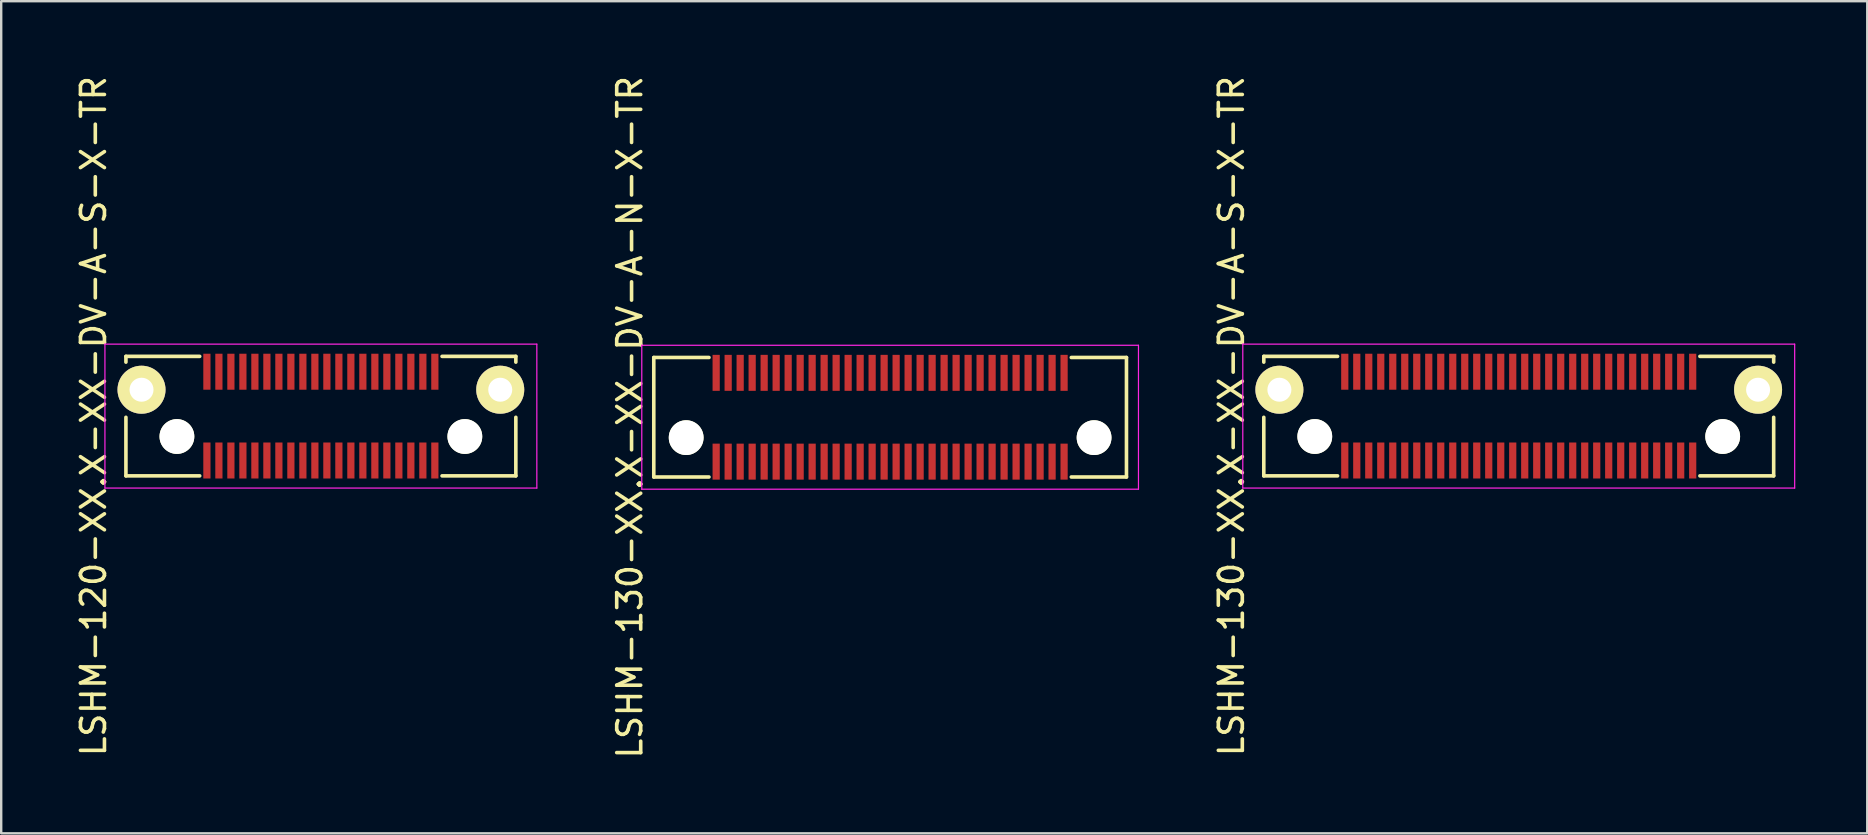
<source format=kicad_pcb>
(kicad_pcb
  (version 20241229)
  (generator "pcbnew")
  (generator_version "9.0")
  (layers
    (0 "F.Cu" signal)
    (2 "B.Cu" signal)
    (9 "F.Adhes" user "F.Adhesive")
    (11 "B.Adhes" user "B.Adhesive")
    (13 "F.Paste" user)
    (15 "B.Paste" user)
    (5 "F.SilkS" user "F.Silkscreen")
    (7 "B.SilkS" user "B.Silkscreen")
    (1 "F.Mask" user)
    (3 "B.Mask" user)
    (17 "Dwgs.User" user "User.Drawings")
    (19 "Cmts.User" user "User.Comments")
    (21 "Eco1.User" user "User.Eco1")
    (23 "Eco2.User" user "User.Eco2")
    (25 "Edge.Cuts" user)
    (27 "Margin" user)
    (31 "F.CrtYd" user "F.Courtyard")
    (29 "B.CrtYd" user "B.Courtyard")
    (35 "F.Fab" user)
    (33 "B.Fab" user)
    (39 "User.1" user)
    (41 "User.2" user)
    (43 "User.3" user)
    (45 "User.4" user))
  (footprint "LSHM-130-XX.X-XX-DV-A-S-X-TR"
    (layer "F.Cu")
    (at 60.245 14.292)
    (property "Reference" "LSHM-130-XX.X-XX-DV-A-S-X-TR" (at -11.975 0 270) (layer "F.SilkS") (effects (font (size 1 1) (thickness 0.15))))
    (attr smd)
    (fp_line (start -10.625 -2.49) (end -10.625 -2.25) (stroke (width 0.15) (type solid)) (layer "F.SilkS"))
    (fp_line (start -10.625 -2.49) (end -7.55 -2.49) (stroke (width 0.15) (type solid)) (layer "F.SilkS"))
    (fp_line (start -10.625 0.05) (end -10.625 2.49) (stroke (width 0.15) (type solid)) (layer "F.SilkS"))
    (fp_line (start -10.625 2.49) (end -7.55 2.49) (stroke (width 0.15) (type solid)) (layer "F.SilkS"))
    (fp_line (start 7.55 -2.49) (end 10.625 -2.49) (stroke (width 0.15) (type solid)) (layer "F.SilkS"))
    (fp_line (start 7.55 2.49) (end 10.625 2.49) (stroke (width 0.15) (type solid)) (layer "F.SilkS"))
    (fp_line (start 10.625 -2.49) (end 10.625 -2.25) (stroke (width 0.15) (type solid)) (layer "F.SilkS"))
    (fp_line (start 10.625 0.05) (end 10.625 2.49) (stroke (width 0.15) (type solid)) (layer "F.SilkS"))
    (fp_line (start -11.5 -3) (end -11.5 3) (stroke (width 0.05) (type solid)) (layer "F.CrtYd"))
    (fp_line (start -11.5 -3) (end 11.5 -3) (stroke (width 0.05) (type solid)) (layer "F.CrtYd"))
    (fp_line (start -11.5 3) (end 11.5 3) (stroke (width 0.05) (type solid)) (layer "F.CrtYd"))
    (fp_line (start 11.5 -3) (end 11.5 3) (stroke (width 0.05) (type solid)) (layer "F.CrtYd"))
    (pad "" np_thru_hole circle (at -8.5 0.85) (size 1.45 1.45) (drill 1.45) (layers "*.Cu" "*.Mask" "F.SilkS"))
    (pad "" np_thru_hole circle (at 8.5 0.85) (size 1.45 1.45) (drill 1.45) (layers "*.Cu" "*.Mask" "F.SilkS"))
    (pad "1" smd rect (at 7.25 1.85) (size 0.3 1.5) (layers "F.Cu" "F.Mask" "F.Paste"))
    (pad "2" smd rect (at 7.25 -1.85) (size 0.3 1.5) (layers "F.Cu" "F.Mask" "F.Paste"))
    (pad "3" smd rect (at 6.75 1.85) (size 0.3 1.5) (layers "F.Cu" "F.Mask" "F.Paste"))
    (pad "4" smd rect (at 6.75 -1.85) (size 0.3 1.5) (layers "F.Cu" "F.Mask" "F.Paste"))
    (pad "5" smd rect (at 6.25 1.85) (size 0.3 1.5) (layers "F.Cu" "F.Mask" "F.Paste"))
    (pad "6" smd rect (at 6.25 -1.85) (size 0.3 1.5) (layers "F.Cu" "F.Mask" "F.Paste"))
    (pad "7" smd rect (at 5.75 1.85) (size 0.3 1.5) (layers "F.Cu" "F.Mask" "F.Paste"))
    (pad "8" smd rect (at 5.75 -1.85) (size 0.3 1.5) (layers "F.Cu" "F.Mask" "F.Paste"))
    (pad "9" smd rect (at 5.25 1.85) (size 0.3 1.5) (layers "F.Cu" "F.Mask" "F.Paste"))
    (pad "10" smd rect (at 5.25 -1.85) (size 0.3 1.5) (layers "F.Cu" "F.Mask" "F.Paste"))
    (pad "11" smd rect (at 4.75 1.85) (size 0.3 1.5) (layers "F.Cu" "F.Mask" "F.Paste"))
    (pad "12" smd rect (at 4.75 -1.85) (size 0.3 1.5) (layers "F.Cu" "F.Mask" "F.Paste"))
    (pad "13" smd rect (at 4.25 1.85) (size 0.3 1.5) (layers "F.Cu" "F.Mask" "F.Paste"))
    (pad "14" smd rect (at 4.25 -1.85) (size 0.3 1.5) (layers "F.Cu" "F.Mask" "F.Paste"))
    (pad "15" smd rect (at 3.75 1.85) (size 0.3 1.5) (layers "F.Cu" "F.Mask" "F.Paste"))
    (pad "16" smd rect (at 3.75 -1.85) (size 0.3 1.5) (layers "F.Cu" "F.Mask" "F.Paste"))
    (pad "17" smd rect (at 3.25 1.85) (size 0.3 1.5) (layers "F.Cu" "F.Mask" "F.Paste"))
    (pad "18" smd rect (at 3.25 -1.85) (size 0.3 1.5) (layers "F.Cu" "F.Mask" "F.Paste"))
    (pad "19" smd rect (at 2.75 1.85) (size 0.3 1.5) (layers "F.Cu" "F.Mask" "F.Paste"))
    (pad "20" smd rect (at 2.75 -1.85) (size 0.3 1.5) (layers "F.Cu" "F.Mask" "F.Paste"))
    (pad "21" smd rect (at 2.25 1.85) (size 0.3 1.5) (layers "F.Cu" "F.Mask" "F.Paste"))
    (pad "22" smd rect (at 2.25 -1.85) (size 0.3 1.5) (layers "F.Cu" "F.Mask" "F.Paste"))
    (pad "23" smd rect (at 1.75 1.85) (size 0.3 1.5) (layers "F.Cu" "F.Mask" "F.Paste"))
    (pad "24" smd rect (at 1.75 -1.85) (size 0.3 1.5) (layers "F.Cu" "F.Mask" "F.Paste"))
    (pad "25" smd rect (at 1.25 1.85) (size 0.3 1.5) (layers "F.Cu" "F.Mask" "F.Paste"))
    (pad "26" smd rect (at 1.25 -1.85) (size 0.3 1.5) (layers "F.Cu" "F.Mask" "F.Paste"))
    (pad "27" smd rect (at 0.75 1.85) (size 0.3 1.5) (layers "F.Cu" "F.Mask" "F.Paste"))
    (pad "28" smd rect (at 0.75 -1.85) (size 0.3 1.5) (layers "F.Cu" "F.Mask" "F.Paste"))
    (pad "29" smd rect (at 0.25 1.85) (size 0.3 1.5) (layers "F.Cu" "F.Mask" "F.Paste"))
    (pad "30" smd rect (at 0.25 -1.85) (size 0.3 1.5) (layers "F.Cu" "F.Mask" "F.Paste"))
    (pad "31" smd rect (at -0.25 1.85) (size 0.3 1.5) (layers "F.Cu" "F.Mask" "F.Paste"))
    (pad "32" smd rect (at -0.25 -1.85) (size 0.3 1.5) (layers "F.Cu" "F.Mask" "F.Paste"))
    (pad "33" smd rect (at -0.75 1.85) (size 0.3 1.5) (layers "F.Cu" "F.Mask" "F.Paste"))
    (pad "34" smd rect (at -0.75 -1.85) (size 0.3 1.5) (layers "F.Cu" "F.Mask" "F.Paste"))
    (pad "35" smd rect (at -1.25 1.85) (size 0.3 1.5) (layers "F.Cu" "F.Mask" "F.Paste"))
    (pad "36" smd rect (at -1.25 -1.85) (size 0.3 1.5) (layers "F.Cu" "F.Mask" "F.Paste"))
    (pad "37" smd rect (at -1.75 1.85) (size 0.3 1.5) (layers "F.Cu" "F.Mask" "F.Paste"))
    (pad "38" smd rect (at -1.75 -1.85) (size 0.3 1.5) (layers "F.Cu" "F.Mask" "F.Paste"))
    (pad "39" smd rect (at -2.25 1.85) (size 0.3 1.5) (layers "F.Cu" "F.Mask" "F.Paste"))
    (pad "40" smd rect (at -2.25 -1.85) (size 0.3 1.5) (layers "F.Cu" "F.Mask" "F.Paste"))
    (pad "41" smd rect (at -2.75 1.85) (size 0.3 1.5) (layers "F.Cu" "F.Mask" "F.Paste"))
    (pad "42" smd rect (at -2.75 -1.85) (size 0.3 1.5) (layers "F.Cu" "F.Mask" "F.Paste"))
    (pad "43" smd rect (at -3.25 1.85) (size 0.3 1.5) (layers "F.Cu" "F.Mask" "F.Paste"))
    (pad "44" smd rect (at -3.25 -1.85) (size 0.3 1.5) (layers "F.Cu" "F.Mask" "F.Paste"))
    (pad "45" smd rect (at -3.75 1.85) (size 0.3 1.5) (layers "F.Cu" "F.Mask" "F.Paste"))
    (pad "46" smd rect (at -3.75 -1.85) (size 0.3 1.5) (layers "F.Cu" "F.Mask" "F.Paste"))
    (pad "47" smd rect (at -4.25 1.85) (size 0.3 1.5) (layers "F.Cu" "F.Mask" "F.Paste"))
    (pad "48" smd rect (at -4.25 -1.85) (size 0.3 1.5) (layers "F.Cu" "F.Mask" "F.Paste"))
    (pad "49" smd rect (at -4.75 1.85) (size 0.3 1.5) (layers "F.Cu" "F.Mask" "F.Paste"))
    (pad "50" smd rect (at -4.75 -1.85) (size 0.3 1.5) (layers "F.Cu" "F.Mask" "F.Paste"))
    (pad "51" smd rect (at -5.25 1.85) (size 0.3 1.5) (layers "F.Cu" "F.Mask" "F.Paste"))
    (pad "52" smd rect (at -5.25 -1.85) (size 0.3 1.5) (layers "F.Cu" "F.Mask" "F.Paste"))
    (pad "53" smd rect (at -5.75 1.85) (size 0.3 1.5) (layers "F.Cu" "F.Mask" "F.Paste"))
    (pad "54" smd rect (at -5.75 -1.85) (size 0.3 1.5) (layers "F.Cu" "F.Mask" "F.Paste"))
    (pad "55" smd rect (at -6.25 1.85) (size 0.3 1.5) (layers "F.Cu" "F.Mask" "F.Paste"))
    (pad "56" smd rect (at -6.25 -1.85) (size 0.3 1.5) (layers "F.Cu" "F.Mask" "F.Paste"))
    (pad "57" smd rect (at -6.75 1.85) (size 0.3 1.5) (layers "F.Cu" "F.Mask" "F.Paste"))
    (pad "58" smd rect (at -6.75 -1.85) (size 0.3 1.5) (layers "F.Cu" "F.Mask" "F.Paste"))
    (pad "59" smd rect (at -7.25 1.85) (size 0.3 1.5) (layers "F.Cu" "F.Mask" "F.Paste"))
    (pad "60" smd rect (at -7.25 -1.85) (size 0.3 1.5) (layers "F.Cu" "F.Mask" "F.Paste"))
    (pad "F1" thru_hole circle (at -9.975 -1.1) (size 2 2) (drill 1) (layers "*.Cu" "*.Mask" "F.SilkS"))
    (pad "F2" thru_hole circle (at 9.975 -1.1) (size 2 2) (drill 1) (layers "*.Cu" "*.Mask" "F.SilkS")))
  (footprint "LSHM-120-XX.X-XX-DV-A-S-X-TR"
    (layer "F.Cu")
    (at 10.323 14.292)
    (property "Reference" "LSHM-120-XX.X-XX-DV-A-S-X-TR" (at -9.475 0 270) (layer "F.SilkS") (effects (font (size 1 1) (thickness 0.15))))
    (attr smd)
    (fp_line (start -8.125 -2.49) (end -8.125 -2.25) (stroke (width 0.15) (type solid)) (layer "F.SilkS"))
    (fp_line (start -8.125 -2.49) (end -5.05 -2.49) (stroke (width 0.15) (type solid)) (layer "F.SilkS"))
    (fp_line (start -8.125 0.05) (end -8.125 2.49) (stroke (width 0.15) (type solid)) (layer "F.SilkS"))
    (fp_line (start -8.125 2.49) (end -5.05 2.49) (stroke (width 0.15) (type solid)) (layer "F.SilkS"))
    (fp_line (start 5.05 -2.49) (end 8.125 -2.49) (stroke (width 0.15) (type solid)) (layer "F.SilkS"))
    (fp_line (start 5.05 2.49) (end 8.125 2.49) (stroke (width 0.15) (type solid)) (layer "F.SilkS"))
    (fp_line (start 8.125 -2.49) (end 8.125 -2.25) (stroke (width 0.15) (type solid)) (layer "F.SilkS"))
    (fp_line (start 8.125 0.05) (end 8.125 2.49) (stroke (width 0.15) (type solid)) (layer "F.SilkS"))
    (fp_line (start -9 -3) (end -9 3) (stroke (width 0.05) (type solid)) (layer "F.CrtYd"))
    (fp_line (start -9 -3) (end 9 -3) (stroke (width 0.05) (type solid)) (layer "F.CrtYd"))
    (fp_line (start -9 3) (end 9 3) (stroke (width 0.05) (type solid)) (layer "F.CrtYd"))
    (fp_line (start 9 -3) (end 9 3) (stroke (width 0.05) (type solid)) (layer "F.CrtYd"))
    (pad "" np_thru_hole circle (at -6 0.85) (size 1.45 1.45) (drill 1.45) (layers "*.Cu" "*.Mask" "F.SilkS"))
    (pad "" np_thru_hole circle (at 6 0.85) (size 1.45 1.45) (drill 1.45) (layers "*.Cu" "*.Mask" "F.SilkS"))
    (pad "1" smd rect (at 4.75 1.85) (size 0.3 1.5) (layers "F.Cu" "F.Mask" "F.Paste"))
    (pad "2" smd rect (at 4.75 -1.85) (size 0.3 1.5) (layers "F.Cu" "F.Mask" "F.Paste"))
    (pad "3" smd rect (at 4.25 1.85) (size 0.3 1.5) (layers "F.Cu" "F.Mask" "F.Paste"))
    (pad "4" smd rect (at 4.25 -1.85) (size 0.3 1.5) (layers "F.Cu" "F.Mask" "F.Paste"))
    (pad "5" smd rect (at 3.75 1.85) (size 0.3 1.5) (layers "F.Cu" "F.Mask" "F.Paste"))
    (pad "6" smd rect (at 3.75 -1.85) (size 0.3 1.5) (layers "F.Cu" "F.Mask" "F.Paste"))
    (pad "7" smd rect (at 3.25 1.85) (size 0.3 1.5) (layers "F.Cu" "F.Mask" "F.Paste"))
    (pad "8" smd rect (at 3.25 -1.85) (size 0.3 1.5) (layers "F.Cu" "F.Mask" "F.Paste"))
    (pad "9" smd rect (at 2.75 1.85) (size 0.3 1.5) (layers "F.Cu" "F.Mask" "F.Paste"))
    (pad "10" smd rect (at 2.75 -1.85) (size 0.3 1.5) (layers "F.Cu" "F.Mask" "F.Paste"))
    (pad "11" smd rect (at 2.25 1.85) (size 0.3 1.5) (layers "F.Cu" "F.Mask" "F.Paste"))
    (pad "12" smd rect (at 2.25 -1.85) (size 0.3 1.5) (layers "F.Cu" "F.Mask" "F.Paste"))
    (pad "13" smd rect (at 1.75 1.85) (size 0.3 1.5) (layers "F.Cu" "F.Mask" "F.Paste"))
    (pad "14" smd rect (at 1.75 -1.85) (size 0.3 1.5) (layers "F.Cu" "F.Mask" "F.Paste"))
    (pad "15" smd rect (at 1.25 1.85) (size 0.3 1.5) (layers "F.Cu" "F.Mask" "F.Paste"))
    (pad "16" smd rect (at 1.25 -1.85) (size 0.3 1.5) (layers "F.Cu" "F.Mask" "F.Paste"))
    (pad "17" smd rect (at 0.75 1.85) (size 0.3 1.5) (layers "F.Cu" "F.Mask" "F.Paste"))
    (pad "18" smd rect (at 0.75 -1.85) (size 0.3 1.5) (layers "F.Cu" "F.Mask" "F.Paste"))
    (pad "19" smd rect (at 0.25 1.85) (size 0.3 1.5) (layers "F.Cu" "F.Mask" "F.Paste"))
    (pad "20" smd rect (at 0.25 -1.85) (size 0.3 1.5) (layers "F.Cu" "F.Mask" "F.Paste"))
    (pad "21" smd rect (at -0.25 1.85) (size 0.3 1.5) (layers "F.Cu" "F.Mask" "F.Paste"))
    (pad "22" smd rect (at -0.25 -1.85) (size 0.3 1.5) (layers "F.Cu" "F.Mask" "F.Paste"))
    (pad "23" smd rect (at -0.75 1.85) (size 0.3 1.5) (layers "F.Cu" "F.Mask" "F.Paste"))
    (pad "24" smd rect (at -0.75 -1.85) (size 0.3 1.5) (layers "F.Cu" "F.Mask" "F.Paste"))
    (pad "25" smd rect (at -1.25 1.85) (size 0.3 1.5) (layers "F.Cu" "F.Mask" "F.Paste"))
    (pad "26" smd rect (at -1.25 -1.85) (size 0.3 1.5) (layers "F.Cu" "F.Mask" "F.Paste"))
    (pad "27" smd rect (at -1.75 1.85) (size 0.3 1.5) (layers "F.Cu" "F.Mask" "F.Paste"))
    (pad "28" smd rect (at -1.75 -1.85) (size 0.3 1.5) (layers "F.Cu" "F.Mask" "F.Paste"))
    (pad "29" smd rect (at -2.25 1.85) (size 0.3 1.5) (layers "F.Cu" "F.Mask" "F.Paste"))
    (pad "30" smd rect (at -2.25 -1.85) (size 0.3 1.5) (layers "F.Cu" "F.Mask" "F.Paste"))
    (pad "31" smd rect (at -2.75 1.85) (size 0.3 1.5) (layers "F.Cu" "F.Mask" "F.Paste"))
    (pad "32" smd rect (at -2.75 -1.85) (size 0.3 1.5) (layers "F.Cu" "F.Mask" "F.Paste"))
    (pad "33" smd rect (at -3.25 1.85) (size 0.3 1.5) (layers "F.Cu" "F.Mask" "F.Paste"))
    (pad "34" smd rect (at -3.25 -1.85) (size 0.3 1.5) (layers "F.Cu" "F.Mask" "F.Paste"))
    (pad "35" smd rect (at -3.75 1.85) (size 0.3 1.5) (layers "F.Cu" "F.Mask" "F.Paste"))
    (pad "36" smd rect (at -3.75 -1.85) (size 0.3 1.5) (layers "F.Cu" "F.Mask" "F.Paste"))
    (pad "37" smd rect (at -4.25 1.85) (size 0.3 1.5) (layers "F.Cu" "F.Mask" "F.Paste"))
    (pad "38" smd rect (at -4.25 -1.85) (size 0.3 1.5) (layers "F.Cu" "F.Mask" "F.Paste"))
    (pad "39" smd rect (at -4.75 1.85) (size 0.3 1.5) (layers "F.Cu" "F.Mask" "F.Paste"))
    (pad "40" smd rect (at -4.75 -1.85) (size 0.3 1.5) (layers "F.Cu" "F.Mask" "F.Paste"))
    (pad "F1" thru_hole circle (at -7.475 -1.1) (size 2 2) (drill 1) (layers "*.Cu" "*.Mask" "F.SilkS"))
    (pad "F2" thru_hole circle (at 7.475 -1.1) (size 2 2) (drill 1) (layers "*.Cu" "*.Mask" "F.SilkS")))
  (footprint "LSHM-130-XX.X-XX-DV-A-N-X-TR"
    (layer "F.Cu")
    (at 34.047 14.339)
    (property "Reference" "LSHM-130-XX.X-XX-DV-A-N-X-TR" (at -10.85 0 270) (layer "F.SilkS") (effects (font (size 1 1) (thickness 0.15))))
    (attr smd)
    (fp_line (start -9.85 -2.49) (end -9.85 2.49) (stroke (width 0.15) (type solid)) (layer "F.SilkS"))
    (fp_line (start -9.85 -2.49) (end -7.55 -2.49) (stroke (width 0.15) (type solid)) (layer "F.SilkS"))
    (fp_line (start -9.85 2.49) (end -7.55 2.49) (stroke (width 0.15) (type solid)) (layer "F.SilkS"))
    (fp_line (start 7.55 -2.49) (end 9.85 -2.49) (stroke (width 0.15) (type solid)) (layer "F.SilkS"))
    (fp_line (start 7.55 2.49) (end 9.85 2.49) (stroke (width 0.15) (type solid)) (layer "F.SilkS"))
    (fp_line (start 9.85 -2.49) (end 9.85 2.49) (stroke (width 0.15) (type solid)) (layer "F.SilkS"))
    (fp_line (start -10.35 -3) (end -10.35 3) (stroke (width 0.05) (type solid)) (layer "F.CrtYd"))
    (fp_line (start -10.35 -3) (end 10.35 -3) (stroke (width 0.05) (type solid)) (layer "F.CrtYd"))
    (fp_line (start -10.35 3) (end 10.35 3) (stroke (width 0.05) (type solid)) (layer "F.CrtYd"))
    (fp_line (start 10.35 -3) (end 10.35 3) (stroke (width 0.05) (type solid)) (layer "F.CrtYd"))
    (pad "" np_thru_hole circle (at -8.5 0.85) (size 1.45 1.45) (drill 1.45) (layers "*.Cu" "*.Mask" "F.SilkS"))
    (pad "" np_thru_hole circle (at 8.5 0.85) (size 1.45 1.45) (drill 1.45) (layers "*.Cu" "*.Mask" "F.SilkS"))
    (pad "1" smd rect (at 7.25 1.85) (size 0.3 1.5) (layers "F.Cu" "F.Mask" "F.Paste"))
    (pad "2" smd rect (at 7.25 -1.85) (size 0.3 1.5) (layers "F.Cu" "F.Mask" "F.Paste"))
    (pad "3" smd rect (at 6.75 1.85) (size 0.3 1.5) (layers "F.Cu" "F.Mask" "F.Paste"))
    (pad "4" smd rect (at 6.75 -1.85) (size 0.3 1.5) (layers "F.Cu" "F.Mask" "F.Paste"))
    (pad "5" smd rect (at 6.25 1.85) (size 0.3 1.5) (layers "F.Cu" "F.Mask" "F.Paste"))
    (pad "6" smd rect (at 6.25 -1.85) (size 0.3 1.5) (layers "F.Cu" "F.Mask" "F.Paste"))
    (pad "7" smd rect (at 5.75 1.85) (size 0.3 1.5) (layers "F.Cu" "F.Mask" "F.Paste"))
    (pad "8" smd rect (at 5.75 -1.85) (size 0.3 1.5) (layers "F.Cu" "F.Mask" "F.Paste"))
    (pad "9" smd rect (at 5.25 1.85) (size 0.3 1.5) (layers "F.Cu" "F.Mask" "F.Paste"))
    (pad "10" smd rect (at 5.25 -1.85) (size 0.3 1.5) (layers "F.Cu" "F.Mask" "F.Paste"))
    (pad "11" smd rect (at 4.75 1.85) (size 0.3 1.5) (layers "F.Cu" "F.Mask" "F.Paste"))
    (pad "12" smd rect (at 4.75 -1.85) (size 0.3 1.5) (layers "F.Cu" "F.Mask" "F.Paste"))
    (pad "13" smd rect (at 4.25 1.85) (size 0.3 1.5) (layers "F.Cu" "F.Mask" "F.Paste"))
    (pad "14" smd rect (at 4.25 -1.85) (size 0.3 1.5) (layers "F.Cu" "F.Mask" "F.Paste"))
    (pad "15" smd rect (at 3.75 1.85) (size 0.3 1.5) (layers "F.Cu" "F.Mask" "F.Paste"))
    (pad "16" smd rect (at 3.75 -1.85) (size 0.3 1.5) (layers "F.Cu" "F.Mask" "F.Paste"))
    (pad "17" smd rect (at 3.25 1.85) (size 0.3 1.5) (layers "F.Cu" "F.Mask" "F.Paste"))
    (pad "18" smd rect (at 3.25 -1.85) (size 0.3 1.5) (layers "F.Cu" "F.Mask" "F.Paste"))
    (pad "19" smd rect (at 2.75 1.85) (size 0.3 1.5) (layers "F.Cu" "F.Mask" "F.Paste"))
    (pad "20" smd rect (at 2.75 -1.85) (size 0.3 1.5) (layers "F.Cu" "F.Mask" "F.Paste"))
    (pad "21" smd rect (at 2.25 1.85) (size 0.3 1.5) (layers "F.Cu" "F.Mask" "F.Paste"))
    (pad "22" smd rect (at 2.25 -1.85) (size 0.3 1.5) (layers "F.Cu" "F.Mask" "F.Paste"))
    (pad "23" smd rect (at 1.75 1.85) (size 0.3 1.5) (layers "F.Cu" "F.Mask" "F.Paste"))
    (pad "24" smd rect (at 1.75 -1.85) (size 0.3 1.5) (layers "F.Cu" "F.Mask" "F.Paste"))
    (pad "25" smd rect (at 1.25 1.85) (size 0.3 1.5) (layers "F.Cu" "F.Mask" "F.Paste"))
    (pad "26" smd rect (at 1.25 -1.85) (size 0.3 1.5) (layers "F.Cu" "F.Mask" "F.Paste"))
    (pad "27" smd rect (at 0.75 1.85) (size 0.3 1.5) (layers "F.Cu" "F.Mask" "F.Paste"))
    (pad "28" smd rect (at 0.75 -1.85) (size 0.3 1.5) (layers "F.Cu" "F.Mask" "F.Paste"))
    (pad "29" smd rect (at 0.25 1.85) (size 0.3 1.5) (layers "F.Cu" "F.Mask" "F.Paste"))
    (pad "30" smd rect (at 0.25 -1.85) (size 0.3 1.5) (layers "F.Cu" "F.Mask" "F.Paste"))
    (pad "31" smd rect (at -0.25 1.85) (size 0.3 1.5) (layers "F.Cu" "F.Mask" "F.Paste"))
    (pad "32" smd rect (at -0.25 -1.85) (size 0.3 1.5) (layers "F.Cu" "F.Mask" "F.Paste"))
    (pad "33" smd rect (at -0.75 1.85) (size 0.3 1.5) (layers "F.Cu" "F.Mask" "F.Paste"))
    (pad "34" smd rect (at -0.75 -1.85) (size 0.3 1.5) (layers "F.Cu" "F.Mask" "F.Paste"))
    (pad "35" smd rect (at -1.25 1.85) (size 0.3 1.5) (layers "F.Cu" "F.Mask" "F.Paste"))
    (pad "36" smd rect (at -1.25 -1.85) (size 0.3 1.5) (layers "F.Cu" "F.Mask" "F.Paste"))
    (pad "37" smd rect (at -1.75 1.85) (size 0.3 1.5) (layers "F.Cu" "F.Mask" "F.Paste"))
    (pad "38" smd rect (at -1.75 -1.85) (size 0.3 1.5) (layers "F.Cu" "F.Mask" "F.Paste"))
    (pad "39" smd rect (at -2.25 1.85) (size 0.3 1.5) (layers "F.Cu" "F.Mask" "F.Paste"))
    (pad "40" smd rect (at -2.25 -1.85) (size 0.3 1.5) (layers "F.Cu" "F.Mask" "F.Paste"))
    (pad "41" smd rect (at -2.75 1.85) (size 0.3 1.5) (layers "F.Cu" "F.Mask" "F.Paste"))
    (pad "42" smd rect (at -2.75 -1.85) (size 0.3 1.5) (layers "F.Cu" "F.Mask" "F.Paste"))
    (pad "43" smd rect (at -3.25 1.85) (size 0.3 1.5) (layers "F.Cu" "F.Mask" "F.Paste"))
    (pad "44" smd rect (at -3.25 -1.85) (size 0.3 1.5) (layers "F.Cu" "F.Mask" "F.Paste"))
    (pad "45" smd rect (at -3.75 1.85) (size 0.3 1.5) (layers "F.Cu" "F.Mask" "F.Paste"))
    (pad "46" smd rect (at -3.75 -1.85) (size 0.3 1.5) (layers "F.Cu" "F.Mask" "F.Paste"))
    (pad "47" smd rect (at -4.25 1.85) (size 0.3 1.5) (layers "F.Cu" "F.Mask" "F.Paste"))
    (pad "48" smd rect (at -4.25 -1.85) (size 0.3 1.5) (layers "F.Cu" "F.Mask" "F.Paste"))
    (pad "49" smd rect (at -4.75 1.85) (size 0.3 1.5) (layers "F.Cu" "F.Mask" "F.Paste"))
    (pad "50" smd rect (at -4.75 -1.85) (size 0.3 1.5) (layers "F.Cu" "F.Mask" "F.Paste"))
    (pad "51" smd rect (at -5.25 1.85) (size 0.3 1.5) (layers "F.Cu" "F.Mask" "F.Paste"))
    (pad "52" smd rect (at -5.25 -1.85) (size 0.3 1.5) (layers "F.Cu" "F.Mask" "F.Paste"))
    (pad "53" smd rect (at -5.75 1.85) (size 0.3 1.5) (layers "F.Cu" "F.Mask" "F.Paste"))
    (pad "54" smd rect (at -5.75 -1.85) (size 0.3 1.5) (layers "F.Cu" "F.Mask" "F.Paste"))
    (pad "55" smd rect (at -6.25 1.85) (size 0.3 1.5) (layers "F.Cu" "F.Mask" "F.Paste"))
    (pad "56" smd rect (at -6.25 -1.85) (size 0.3 1.5) (layers "F.Cu" "F.Mask" "F.Paste"))
    (pad "57" smd rect (at -6.75 1.85) (size 0.3 1.5) (layers "F.Cu" "F.Mask" "F.Paste"))
    (pad "58" smd rect (at -6.75 -1.85) (size 0.3 1.5) (layers "F.Cu" "F.Mask" "F.Paste"))
    (pad "59" smd rect (at -7.25 1.85) (size 0.3 1.5) (layers "F.Cu" "F.Mask" "F.Paste"))
    (pad "60" smd rect (at -7.25 -1.85) (size 0.3 1.5) (layers "F.Cu" "F.Mask" "F.Paste")))
  (gr_rect
    (start -3 -3)
    (end 74.77 31.679)
    (stroke (width 0.1) (type default))
    (fill no)
    (layer "Edge.Cuts")))
</source>
